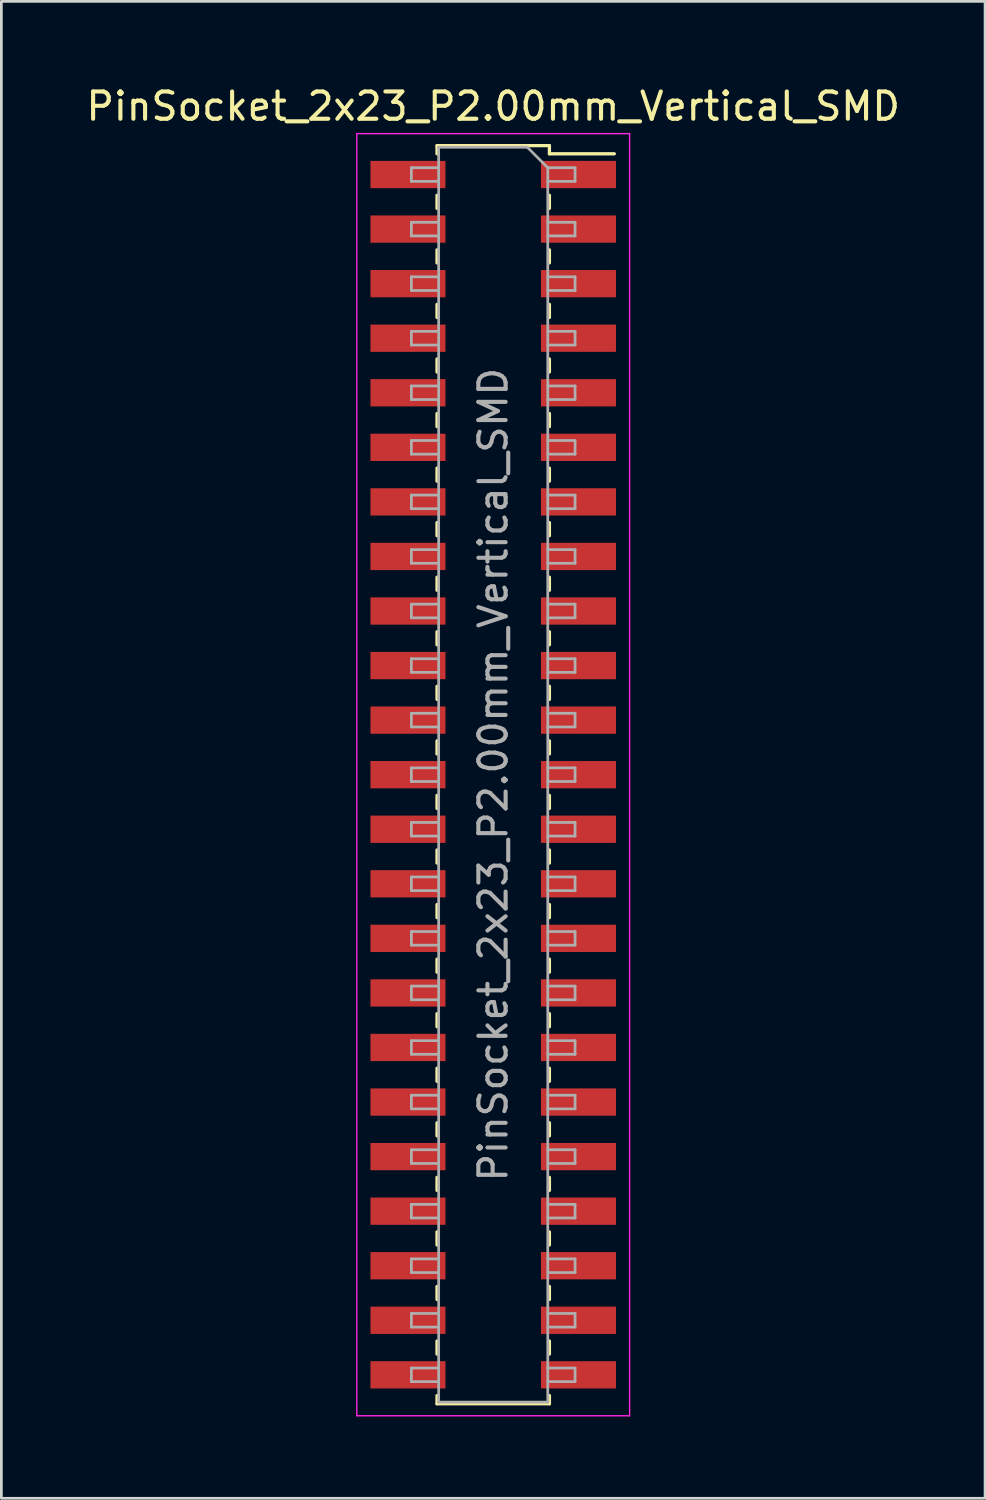
<source format=kicad_pcb>
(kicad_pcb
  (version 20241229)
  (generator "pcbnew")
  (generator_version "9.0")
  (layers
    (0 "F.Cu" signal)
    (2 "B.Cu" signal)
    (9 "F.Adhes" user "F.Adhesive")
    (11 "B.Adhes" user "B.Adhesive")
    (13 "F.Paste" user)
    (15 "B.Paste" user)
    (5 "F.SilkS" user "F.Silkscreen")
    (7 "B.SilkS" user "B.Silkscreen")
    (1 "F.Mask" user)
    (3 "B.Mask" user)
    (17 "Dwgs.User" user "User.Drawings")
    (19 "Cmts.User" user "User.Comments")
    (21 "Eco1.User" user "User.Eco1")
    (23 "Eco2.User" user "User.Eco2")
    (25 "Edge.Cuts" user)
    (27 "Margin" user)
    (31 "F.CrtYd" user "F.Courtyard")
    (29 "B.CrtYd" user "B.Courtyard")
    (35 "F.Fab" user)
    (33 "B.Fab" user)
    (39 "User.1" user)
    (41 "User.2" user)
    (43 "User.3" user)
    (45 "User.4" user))
  (footprint "PinSocket_2x23_P2.00mm_Vertical_SMD"
    (layer "F.Cu")
    (at 15.03 25.348)
    (property "Reference" "PinSocket_2x23_P2.00mm_Vertical_SMD" (at 0 -24.5 0) (layer "F.SilkS") (effects (font (size 1 1) (thickness 0.15))))
    (attr smd)
    (fp_line (start -2.06 -23.06) (end -2.06 -22.76) (stroke (width 0.12) (type solid)) (layer "F.SilkS"))
    (fp_line (start -2.06 -23.06) (end 2.06 -23.06) (stroke (width 0.12) (type solid)) (layer "F.SilkS"))
    (fp_line (start -2.06 -21.24) (end -2.06 -20.76) (stroke (width 0.12) (type solid)) (layer "F.SilkS"))
    (fp_line (start -2.06 -19.24) (end -2.06 -18.76) (stroke (width 0.12) (type solid)) (layer "F.SilkS"))
    (fp_line (start -2.06 -17.24) (end -2.06 -16.76) (stroke (width 0.12) (type solid)) (layer "F.SilkS"))
    (fp_line (start -2.06 -15.24) (end -2.06 -14.76) (stroke (width 0.12) (type solid)) (layer "F.SilkS"))
    (fp_line (start -2.06 -13.24) (end -2.06 -12.76) (stroke (width 0.12) (type solid)) (layer "F.SilkS"))
    (fp_line (start -2.06 -11.24) (end -2.06 -10.76) (stroke (width 0.12) (type solid)) (layer "F.SilkS"))
    (fp_line (start -2.06 -9.24) (end -2.06 -8.76) (stroke (width 0.12) (type solid)) (layer "F.SilkS"))
    (fp_line (start -2.06 -7.24) (end -2.06 -6.76) (stroke (width 0.12) (type solid)) (layer "F.SilkS"))
    (fp_line (start -2.06 -5.24) (end -2.06 -4.76) (stroke (width 0.12) (type solid)) (layer "F.SilkS"))
    (fp_line (start -2.06 -3.24) (end -2.06 -2.76) (stroke (width 0.12) (type solid)) (layer "F.SilkS"))
    (fp_line (start -2.06 -1.24) (end -2.06 -0.76) (stroke (width 0.12) (type solid)) (layer "F.SilkS"))
    (fp_line (start -2.06 0.76) (end -2.06 1.24) (stroke (width 0.12) (type solid)) (layer "F.SilkS"))
    (fp_line (start -2.06 2.76) (end -2.06 3.24) (stroke (width 0.12) (type solid)) (layer "F.SilkS"))
    (fp_line (start -2.06 4.76) (end -2.06 5.24) (stroke (width 0.12) (type solid)) (layer "F.SilkS"))
    (fp_line (start -2.06 6.76) (end -2.06 7.24) (stroke (width 0.12) (type solid)) (layer "F.SilkS"))
    (fp_line (start -2.06 8.76) (end -2.06 9.24) (stroke (width 0.12) (type solid)) (layer "F.SilkS"))
    (fp_line (start -2.06 10.76) (end -2.06 11.24) (stroke (width 0.12) (type solid)) (layer "F.SilkS"))
    (fp_line (start -2.06 12.76) (end -2.06 13.24) (stroke (width 0.12) (type solid)) (layer "F.SilkS"))
    (fp_line (start -2.06 14.76) (end -2.06 15.24) (stroke (width 0.12) (type solid)) (layer "F.SilkS"))
    (fp_line (start -2.06 16.76) (end -2.06 17.24) (stroke (width 0.12) (type solid)) (layer "F.SilkS"))
    (fp_line (start -2.06 18.76) (end -2.06 19.24) (stroke (width 0.12) (type solid)) (layer "F.SilkS"))
    (fp_line (start -2.06 20.76) (end -2.06 21.24) (stroke (width 0.12) (type solid)) (layer "F.SilkS"))
    (fp_line (start -2.06 22.76) (end -2.06 23.06) (stroke (width 0.12) (type solid)) (layer "F.SilkS"))
    (fp_line (start -2.06 23.06) (end 2.06 23.06) (stroke (width 0.12) (type solid)) (layer "F.SilkS"))
    (fp_line (start 2.06 -23.06) (end 2.06 -22.76) (stroke (width 0.12) (type solid)) (layer "F.SilkS"))
    (fp_line (start 2.06 -22.76) (end 4.44 -22.76) (stroke (width 0.12) (type solid)) (layer "F.SilkS"))
    (fp_line (start 2.06 -21.24) (end 2.06 -20.76) (stroke (width 0.12) (type solid)) (layer "F.SilkS"))
    (fp_line (start 2.06 -19.24) (end 2.06 -18.76) (stroke (width 0.12) (type solid)) (layer "F.SilkS"))
    (fp_line (start 2.06 -17.24) (end 2.06 -16.76) (stroke (width 0.12) (type solid)) (layer "F.SilkS"))
    (fp_line (start 2.06 -15.24) (end 2.06 -14.76) (stroke (width 0.12) (type solid)) (layer "F.SilkS"))
    (fp_line (start 2.06 -13.24) (end 2.06 -12.76) (stroke (width 0.12) (type solid)) (layer "F.SilkS"))
    (fp_line (start 2.06 -11.24) (end 2.06 -10.76) (stroke (width 0.12) (type solid)) (layer "F.SilkS"))
    (fp_line (start 2.06 -9.24) (end 2.06 -8.76) (stroke (width 0.12) (type solid)) (layer "F.SilkS"))
    (fp_line (start 2.06 -7.24) (end 2.06 -6.76) (stroke (width 0.12) (type solid)) (layer "F.SilkS"))
    (fp_line (start 2.06 -5.24) (end 2.06 -4.76) (stroke (width 0.12) (type solid)) (layer "F.SilkS"))
    (fp_line (start 2.06 -3.24) (end 2.06 -2.76) (stroke (width 0.12) (type solid)) (layer "F.SilkS"))
    (fp_line (start 2.06 -1.24) (end 2.06 -0.76) (stroke (width 0.12) (type solid)) (layer "F.SilkS"))
    (fp_line (start 2.06 0.76) (end 2.06 1.24) (stroke (width 0.12) (type solid)) (layer "F.SilkS"))
    (fp_line (start 2.06 2.76) (end 2.06 3.24) (stroke (width 0.12) (type solid)) (layer "F.SilkS"))
    (fp_line (start 2.06 4.76) (end 2.06 5.24) (stroke (width 0.12) (type solid)) (layer "F.SilkS"))
    (fp_line (start 2.06 6.76) (end 2.06 7.24) (stroke (width 0.12) (type solid)) (layer "F.SilkS"))
    (fp_line (start 2.06 8.76) (end 2.06 9.24) (stroke (width 0.12) (type solid)) (layer "F.SilkS"))
    (fp_line (start 2.06 10.76) (end 2.06 11.24) (stroke (width 0.12) (type solid)) (layer "F.SilkS"))
    (fp_line (start 2.06 12.76) (end 2.06 13.24) (stroke (width 0.12) (type solid)) (layer "F.SilkS"))
    (fp_line (start 2.06 14.76) (end 2.06 15.24) (stroke (width 0.12) (type solid)) (layer "F.SilkS"))
    (fp_line (start 2.06 16.76) (end 2.06 17.24) (stroke (width 0.12) (type solid)) (layer "F.SilkS"))
    (fp_line (start 2.06 18.76) (end 2.06 19.24) (stroke (width 0.12) (type solid)) (layer "F.SilkS"))
    (fp_line (start 2.06 20.76) (end 2.06 21.24) (stroke (width 0.12) (type solid)) (layer "F.SilkS"))
    (fp_line (start 2.06 22.76) (end 2.06 23.06) (stroke (width 0.12) (type solid)) (layer "F.SilkS"))
    (fp_line (start -5 -23.5) (end 5 -23.5) (stroke (width 0.05) (type solid)) (layer "F.CrtYd"))
    (fp_line (start -5 23.5) (end -5 -23.5) (stroke (width 0.05) (type solid)) (layer "F.CrtYd"))
    (fp_line (start 5 -23.5) (end 5 23.5) (stroke (width 0.05) (type solid)) (layer "F.CrtYd"))
    (fp_line (start 5 23.5) (end -5 23.5) (stroke (width 0.05) (type solid)) (layer "F.CrtYd"))
    (fp_line (start -3 -22.25) (end -2 -22.25) (stroke (width 0.1) (type solid)) (layer "F.Fab"))
    (fp_line (start -3 -21.75) (end -3 -22.25) (stroke (width 0.1) (type solid)) (layer "F.Fab"))
    (fp_line (start -3 -20.25) (end -2 -20.25) (stroke (width 0.1) (type solid)) (layer "F.Fab"))
    (fp_line (start -3 -19.75) (end -3 -20.25) (stroke (width 0.1) (type solid)) (layer "F.Fab"))
    (fp_line (start -3 -18.25) (end -2 -18.25) (stroke (width 0.1) (type solid)) (layer "F.Fab"))
    (fp_line (start -3 -17.75) (end -3 -18.25) (stroke (width 0.1) (type solid)) (layer "F.Fab"))
    (fp_line (start -3 -16.25) (end -2 -16.25) (stroke (width 0.1) (type solid)) (layer "F.Fab"))
    (fp_line (start -3 -15.75) (end -3 -16.25) (stroke (width 0.1) (type solid)) (layer "F.Fab"))
    (fp_line (start -3 -14.25) (end -2 -14.25) (stroke (width 0.1) (type solid)) (layer "F.Fab"))
    (fp_line (start -3 -13.75) (end -3 -14.25) (stroke (width 0.1) (type solid)) (layer "F.Fab"))
    (fp_line (start -3 -12.25) (end -2 -12.25) (stroke (width 0.1) (type solid)) (layer "F.Fab"))
    (fp_line (start -3 -11.75) (end -3 -12.25) (stroke (width 0.1) (type solid)) (layer "F.Fab"))
    (fp_line (start -3 -10.25) (end -2 -10.25) (stroke (width 0.1) (type solid)) (layer "F.Fab"))
    (fp_line (start -3 -9.75) (end -3 -10.25) (stroke (width 0.1) (type solid)) (layer "F.Fab"))
    (fp_line (start -3 -8.25) (end -2 -8.25) (stroke (width 0.1) (type solid)) (layer "F.Fab"))
    (fp_line (start -3 -7.75) (end -3 -8.25) (stroke (width 0.1) (type solid)) (layer "F.Fab"))
    (fp_line (start -3 -6.25) (end -2 -6.25) (stroke (width 0.1) (type solid)) (layer "F.Fab"))
    (fp_line (start -3 -5.75) (end -3 -6.25) (stroke (width 0.1) (type solid)) (layer "F.Fab"))
    (fp_line (start -3 -4.25) (end -2 -4.25) (stroke (width 0.1) (type solid)) (layer "F.Fab"))
    (fp_line (start -3 -3.75) (end -3 -4.25) (stroke (width 0.1) (type solid)) (layer "F.Fab"))
    (fp_line (start -3 -2.25) (end -2 -2.25) (stroke (width 0.1) (type solid)) (layer "F.Fab"))
    (fp_line (start -3 -1.75) (end -3 -2.25) (stroke (width 0.1) (type solid)) (layer "F.Fab"))
    (fp_line (start -3 -0.25) (end -2 -0.25) (stroke (width 0.1) (type solid)) (layer "F.Fab"))
    (fp_line (start -3 0.25) (end -3 -0.25) (stroke (width 0.1) (type solid)) (layer "F.Fab"))
    (fp_line (start -3 1.75) (end -2 1.75) (stroke (width 0.1) (type solid)) (layer "F.Fab"))
    (fp_line (start -3 2.25) (end -3 1.75) (stroke (width 0.1) (type solid)) (layer "F.Fab"))
    (fp_line (start -3 3.75) (end -2 3.75) (stroke (width 0.1) (type solid)) (layer "F.Fab"))
    (fp_line (start -3 4.25) (end -3 3.75) (stroke (width 0.1) (type solid)) (layer "F.Fab"))
    (fp_line (start -3 5.75) (end -2 5.75) (stroke (width 0.1) (type solid)) (layer "F.Fab"))
    (fp_line (start -3 6.25) (end -3 5.75) (stroke (width 0.1) (type solid)) (layer "F.Fab"))
    (fp_line (start -3 7.75) (end -2 7.75) (stroke (width 0.1) (type solid)) (layer "F.Fab"))
    (fp_line (start -3 8.25) (end -3 7.75) (stroke (width 0.1) (type solid)) (layer "F.Fab"))
    (fp_line (start -3 9.75) (end -2 9.75) (stroke (width 0.1) (type solid)) (layer "F.Fab"))
    (fp_line (start -3 10.25) (end -3 9.75) (stroke (width 0.1) (type solid)) (layer "F.Fab"))
    (fp_line (start -3 11.75) (end -2 11.75) (stroke (width 0.1) (type solid)) (layer "F.Fab"))
    (fp_line (start -3 12.25) (end -3 11.75) (stroke (width 0.1) (type solid)) (layer "F.Fab"))
    (fp_line (start -3 13.75) (end -2 13.75) (stroke (width 0.1) (type solid)) (layer "F.Fab"))
    (fp_line (start -3 14.25) (end -3 13.75) (stroke (width 0.1) (type solid)) (layer "F.Fab"))
    (fp_line (start -3 15.75) (end -2 15.75) (stroke (width 0.1) (type solid)) (layer "F.Fab"))
    (fp_line (start -3 16.25) (end -3 15.75) (stroke (width 0.1) (type solid)) (layer "F.Fab"))
    (fp_line (start -3 17.75) (end -2 17.75) (stroke (width 0.1) (type solid)) (layer "F.Fab"))
    (fp_line (start -3 18.25) (end -3 17.75) (stroke (width 0.1) (type solid)) (layer "F.Fab"))
    (fp_line (start -3 19.75) (end -2 19.75) (stroke (width 0.1) (type solid)) (layer "F.Fab"))
    (fp_line (start -3 20.25) (end -3 19.75) (stroke (width 0.1) (type solid)) (layer "F.Fab"))
    (fp_line (start -3 21.75) (end -2 21.75) (stroke (width 0.1) (type solid)) (layer "F.Fab"))
    (fp_line (start -3 22.25) (end -3 21.75) (stroke (width 0.1) (type solid)) (layer "F.Fab"))
    (fp_line (start -2 -23) (end 1.25 -23) (stroke (width 0.1) (type solid)) (layer "F.Fab"))
    (fp_line (start -2 -21.75) (end -3 -21.75) (stroke (width 0.1) (type solid)) (layer "F.Fab"))
    (fp_line (start -2 -19.75) (end -3 -19.75) (stroke (width 0.1) (type solid)) (layer "F.Fab"))
    (fp_line (start -2 -17.75) (end -3 -17.75) (stroke (width 0.1) (type solid)) (layer "F.Fab"))
    (fp_line (start -2 -15.75) (end -3 -15.75) (stroke (width 0.1) (type solid)) (layer "F.Fab"))
    (fp_line (start -2 -13.75) (end -3 -13.75) (stroke (width 0.1) (type solid)) (layer "F.Fab"))
    (fp_line (start -2 -11.75) (end -3 -11.75) (stroke (width 0.1) (type solid)) (layer "F.Fab"))
    (fp_line (start -2 -9.75) (end -3 -9.75) (stroke (width 0.1) (type solid)) (layer "F.Fab"))
    (fp_line (start -2 -7.75) (end -3 -7.75) (stroke (width 0.1) (type solid)) (layer "F.Fab"))
    (fp_line (start -2 -5.75) (end -3 -5.75) (stroke (width 0.1) (type solid)) (layer "F.Fab"))
    (fp_line (start -2 -3.75) (end -3 -3.75) (stroke (width 0.1) (type solid)) (layer "F.Fab"))
    (fp_line (start -2 -1.75) (end -3 -1.75) (stroke (width 0.1) (type solid)) (layer "F.Fab"))
    (fp_line (start -2 0.25) (end -3 0.25) (stroke (width 0.1) (type solid)) (layer "F.Fab"))
    (fp_line (start -2 2.25) (end -3 2.25) (stroke (width 0.1) (type solid)) (layer "F.Fab"))
    (fp_line (start -2 4.25) (end -3 4.25) (stroke (width 0.1) (type solid)) (layer "F.Fab"))
    (fp_line (start -2 6.25) (end -3 6.25) (stroke (width 0.1) (type solid)) (layer "F.Fab"))
    (fp_line (start -2 8.25) (end -3 8.25) (stroke (width 0.1) (type solid)) (layer "F.Fab"))
    (fp_line (start -2 10.25) (end -3 10.25) (stroke (width 0.1) (type solid)) (layer "F.Fab"))
    (fp_line (start -2 12.25) (end -3 12.25) (stroke (width 0.1) (type solid)) (layer "F.Fab"))
    (fp_line (start -2 14.25) (end -3 14.25) (stroke (width 0.1) (type solid)) (layer "F.Fab"))
    (fp_line (start -2 16.25) (end -3 16.25) (stroke (width 0.1) (type solid)) (layer "F.Fab"))
    (fp_line (start -2 18.25) (end -3 18.25) (stroke (width 0.1) (type solid)) (layer "F.Fab"))
    (fp_line (start -2 20.25) (end -3 20.25) (stroke (width 0.1) (type solid)) (layer "F.Fab"))
    (fp_line (start -2 22.25) (end -3 22.25) (stroke (width 0.1) (type solid)) (layer "F.Fab"))
    (fp_line (start -2 23) (end -2 -23) (stroke (width 0.1) (type solid)) (layer "F.Fab"))
    (fp_line (start 1.25 -23) (end 2 -22.25) (stroke (width 0.1) (type solid)) (layer "F.Fab"))
    (fp_line (start 2 -22.25) (end 2 23) (stroke (width 0.1) (type solid)) (layer "F.Fab"))
    (fp_line (start 2 -22.25) (end 3 -22.25) (stroke (width 0.1) (type solid)) (layer "F.Fab"))
    (fp_line (start 2 -20.25) (end 3 -20.25) (stroke (width 0.1) (type solid)) (layer "F.Fab"))
    (fp_line (start 2 -18.25) (end 3 -18.25) (stroke (width 0.1) (type solid)) (layer "F.Fab"))
    (fp_line (start 2 -16.25) (end 3 -16.25) (stroke (width 0.1) (type solid)) (layer "F.Fab"))
    (fp_line (start 2 -14.25) (end 3 -14.25) (stroke (width 0.1) (type solid)) (layer "F.Fab"))
    (fp_line (start 2 -12.25) (end 3 -12.25) (stroke (width 0.1) (type solid)) (layer "F.Fab"))
    (fp_line (start 2 -10.25) (end 3 -10.25) (stroke (width 0.1) (type solid)) (layer "F.Fab"))
    (fp_line (start 2 -8.25) (end 3 -8.25) (stroke (width 0.1) (type solid)) (layer "F.Fab"))
    (fp_line (start 2 -6.25) (end 3 -6.25) (stroke (width 0.1) (type solid)) (layer "F.Fab"))
    (fp_line (start 2 -4.25) (end 3 -4.25) (stroke (width 0.1) (type solid)) (layer "F.Fab"))
    (fp_line (start 2 -2.25) (end 3 -2.25) (stroke (width 0.1) (type solid)) (layer "F.Fab"))
    (fp_line (start 2 -0.25) (end 3 -0.25) (stroke (width 0.1) (type solid)) (layer "F.Fab"))
    (fp_line (start 2 1.75) (end 3 1.75) (stroke (width 0.1) (type solid)) (layer "F.Fab"))
    (fp_line (start 2 3.75) (end 3 3.75) (stroke (width 0.1) (type solid)) (layer "F.Fab"))
    (fp_line (start 2 5.75) (end 3 5.75) (stroke (width 0.1) (type solid)) (layer "F.Fab"))
    (fp_line (start 2 7.75) (end 3 7.75) (stroke (width 0.1) (type solid)) (layer "F.Fab"))
    (fp_line (start 2 9.75) (end 3 9.75) (stroke (width 0.1) (type solid)) (layer "F.Fab"))
    (fp_line (start 2 11.75) (end 3 11.75) (stroke (width 0.1) (type solid)) (layer "F.Fab"))
    (fp_line (start 2 13.75) (end 3 13.75) (stroke (width 0.1) (type solid)) (layer "F.Fab"))
    (fp_line (start 2 15.75) (end 3 15.75) (stroke (width 0.1) (type solid)) (layer "F.Fab"))
    (fp_line (start 2 17.75) (end 3 17.75) (stroke (width 0.1) (type solid)) (layer "F.Fab"))
    (fp_line (start 2 19.75) (end 3 19.75) (stroke (width 0.1) (type solid)) (layer "F.Fab"))
    (fp_line (start 2 21.75) (end 3 21.75) (stroke (width 0.1) (type solid)) (layer "F.Fab"))
    (fp_line (start 2 23) (end -2 23) (stroke (width 0.1) (type solid)) (layer "F.Fab"))
    (fp_line (start 3 -22.25) (end 3 -21.75) (stroke (width 0.1) (type solid)) (layer "F.Fab"))
    (fp_line (start 3 -21.75) (end 2 -21.75) (stroke (width 0.1) (type solid)) (layer "F.Fab"))
    (fp_line (start 3 -20.25) (end 3 -19.75) (stroke (width 0.1) (type solid)) (layer "F.Fab"))
    (fp_line (start 3 -19.75) (end 2 -19.75) (stroke (width 0.1) (type solid)) (layer "F.Fab"))
    (fp_line (start 3 -18.25) (end 3 -17.75) (stroke (width 0.1) (type solid)) (layer "F.Fab"))
    (fp_line (start 3 -17.75) (end 2 -17.75) (stroke (width 0.1) (type solid)) (layer "F.Fab"))
    (fp_line (start 3 -16.25) (end 3 -15.75) (stroke (width 0.1) (type solid)) (layer "F.Fab"))
    (fp_line (start 3 -15.75) (end 2 -15.75) (stroke (width 0.1) (type solid)) (layer "F.Fab"))
    (fp_line (start 3 -14.25) (end 3 -13.75) (stroke (width 0.1) (type solid)) (layer "F.Fab"))
    (fp_line (start 3 -13.75) (end 2 -13.75) (stroke (width 0.1) (type solid)) (layer "F.Fab"))
    (fp_line (start 3 -12.25) (end 3 -11.75) (stroke (width 0.1) (type solid)) (layer "F.Fab"))
    (fp_line (start 3 -11.75) (end 2 -11.75) (stroke (width 0.1) (type solid)) (layer "F.Fab"))
    (fp_line (start 3 -10.25) (end 3 -9.75) (stroke (width 0.1) (type solid)) (layer "F.Fab"))
    (fp_line (start 3 -9.75) (end 2 -9.75) (stroke (width 0.1) (type solid)) (layer "F.Fab"))
    (fp_line (start 3 -8.25) (end 3 -7.75) (stroke (width 0.1) (type solid)) (layer "F.Fab"))
    (fp_line (start 3 -7.75) (end 2 -7.75) (stroke (width 0.1) (type solid)) (layer "F.Fab"))
    (fp_line (start 3 -6.25) (end 3 -5.75) (stroke (width 0.1) (type solid)) (layer "F.Fab"))
    (fp_line (start 3 -5.75) (end 2 -5.75) (stroke (width 0.1) (type solid)) (layer "F.Fab"))
    (fp_line (start 3 -4.25) (end 3 -3.75) (stroke (width 0.1) (type solid)) (layer "F.Fab"))
    (fp_line (start 3 -3.75) (end 2 -3.75) (stroke (width 0.1) (type solid)) (layer "F.Fab"))
    (fp_line (start 3 -2.25) (end 3 -1.75) (stroke (width 0.1) (type solid)) (layer "F.Fab"))
    (fp_line (start 3 -1.75) (end 2 -1.75) (stroke (width 0.1) (type solid)) (layer "F.Fab"))
    (fp_line (start 3 -0.25) (end 3 0.25) (stroke (width 0.1) (type solid)) (layer "F.Fab"))
    (fp_line (start 3 0.25) (end 2 0.25) (stroke (width 0.1) (type solid)) (layer "F.Fab"))
    (fp_line (start 3 1.75) (end 3 2.25) (stroke (width 0.1) (type solid)) (layer "F.Fab"))
    (fp_line (start 3 2.25) (end 2 2.25) (stroke (width 0.1) (type solid)) (layer "F.Fab"))
    (fp_line (start 3 3.75) (end 3 4.25) (stroke (width 0.1) (type solid)) (layer "F.Fab"))
    (fp_line (start 3 4.25) (end 2 4.25) (stroke (width 0.1) (type solid)) (layer "F.Fab"))
    (fp_line (start 3 5.75) (end 3 6.25) (stroke (width 0.1) (type solid)) (layer "F.Fab"))
    (fp_line (start 3 6.25) (end 2 6.25) (stroke (width 0.1) (type solid)) (layer "F.Fab"))
    (fp_line (start 3 7.75) (end 3 8.25) (stroke (width 0.1) (type solid)) (layer "F.Fab"))
    (fp_line (start 3 8.25) (end 2 8.25) (stroke (width 0.1) (type solid)) (layer "F.Fab"))
    (fp_line (start 3 9.75) (end 3 10.25) (stroke (width 0.1) (type solid)) (layer "F.Fab"))
    (fp_line (start 3 10.25) (end 2 10.25) (stroke (width 0.1) (type solid)) (layer "F.Fab"))
    (fp_line (start 3 11.75) (end 3 12.25) (stroke (width 0.1) (type solid)) (layer "F.Fab"))
    (fp_line (start 3 12.25) (end 2 12.25) (stroke (width 0.1) (type solid)) (layer "F.Fab"))
    (fp_line (start 3 13.75) (end 3 14.25) (stroke (width 0.1) (type solid)) (layer "F.Fab"))
    (fp_line (start 3 14.25) (end 2 14.25) (stroke (width 0.1) (type solid)) (layer "F.Fab"))
    (fp_line (start 3 15.75) (end 3 16.25) (stroke (width 0.1) (type solid)) (layer "F.Fab"))
    (fp_line (start 3 16.25) (end 2 16.25) (stroke (width 0.1) (type solid)) (layer "F.Fab"))
    (fp_line (start 3 17.75) (end 3 18.25) (stroke (width 0.1) (type solid)) (layer "F.Fab"))
    (fp_line (start 3 18.25) (end 2 18.25) (stroke (width 0.1) (type solid)) (layer "F.Fab"))
    (fp_line (start 3 19.75) (end 3 20.25) (stroke (width 0.1) (type solid)) (layer "F.Fab"))
    (fp_line (start 3 20.25) (end 2 20.25) (stroke (width 0.1) (type solid)) (layer "F.Fab"))
    (fp_line (start 3 21.75) (end 3 22.25) (stroke (width 0.1) (type solid)) (layer "F.Fab"))
    (fp_line (start 3 22.25) (end 2 22.25) (stroke (width 0.1) (type solid)) (layer "F.Fab"))
    (fp_text user "${REFERENCE}" (at 0 0 90) (layer "F.Fab") (effects (font (size 1 1) (thickness 0.15))))
    (pad "1" smd rect (at 3.125 -22) (size 2.75 1) (layers "F.Cu" "F.Mask" "F.Paste"))
    (pad "2" smd rect (at -3.125 -22) (size 2.75 1) (layers "F.Cu" "F.Mask" "F.Paste"))
    (pad "3" smd rect (at 3.125 -20) (size 2.75 1) (layers "F.Cu" "F.Mask" "F.Paste"))
    (pad "4" smd rect (at -3.125 -20) (size 2.75 1) (layers "F.Cu" "F.Mask" "F.Paste"))
    (pad "5" smd rect (at 3.125 -18) (size 2.75 1) (layers "F.Cu" "F.Mask" "F.Paste"))
    (pad "6" smd rect (at -3.125 -18) (size 2.75 1) (layers "F.Cu" "F.Mask" "F.Paste"))
    (pad "7" smd rect (at 3.125 -16) (size 2.75 1) (layers "F.Cu" "F.Mask" "F.Paste"))
    (pad "8" smd rect (at -3.125 -16) (size 2.75 1) (layers "F.Cu" "F.Mask" "F.Paste"))
    (pad "9" smd rect (at 3.125 -14) (size 2.75 1) (layers "F.Cu" "F.Mask" "F.Paste"))
    (pad "10" smd rect (at -3.125 -14) (size 2.75 1) (layers "F.Cu" "F.Mask" "F.Paste"))
    (pad "11" smd rect (at 3.125 -12) (size 2.75 1) (layers "F.Cu" "F.Mask" "F.Paste"))
    (pad "12" smd rect (at -3.125 -12) (size 2.75 1) (layers "F.Cu" "F.Mask" "F.Paste"))
    (pad "13" smd rect (at 3.125 -10) (size 2.75 1) (layers "F.Cu" "F.Mask" "F.Paste"))
    (pad "14" smd rect (at -3.125 -10) (size 2.75 1) (layers "F.Cu" "F.Mask" "F.Paste"))
    (pad "15" smd rect (at 3.125 -8) (size 2.75 1) (layers "F.Cu" "F.Mask" "F.Paste"))
    (pad "16" smd rect (at -3.125 -8) (size 2.75 1) (layers "F.Cu" "F.Mask" "F.Paste"))
    (pad "17" smd rect (at 3.125 -6) (size 2.75 1) (layers "F.Cu" "F.Mask" "F.Paste"))
    (pad "18" smd rect (at -3.125 -6) (size 2.75 1) (layers "F.Cu" "F.Mask" "F.Paste"))
    (pad "19" smd rect (at 3.125 -4) (size 2.75 1) (layers "F.Cu" "F.Mask" "F.Paste"))
    (pad "20" smd rect (at -3.125 -4) (size 2.75 1) (layers "F.Cu" "F.Mask" "F.Paste"))
    (pad "21" smd rect (at 3.125 -2) (size 2.75 1) (layers "F.Cu" "F.Mask" "F.Paste"))
    (pad "22" smd rect (at -3.125 -2) (size 2.75 1) (layers "F.Cu" "F.Mask" "F.Paste"))
    (pad "23" smd rect (at 3.125 0) (size 2.75 1) (layers "F.Cu" "F.Mask" "F.Paste"))
    (pad "24" smd rect (at -3.125 0) (size 2.75 1) (layers "F.Cu" "F.Mask" "F.Paste"))
    (pad "25" smd rect (at 3.125 2) (size 2.75 1) (layers "F.Cu" "F.Mask" "F.Paste"))
    (pad "26" smd rect (at -3.125 2) (size 2.75 1) (layers "F.Cu" "F.Mask" "F.Paste"))
    (pad "27" smd rect (at 3.125 4) (size 2.75 1) (layers "F.Cu" "F.Mask" "F.Paste"))
    (pad "28" smd rect (at -3.125 4) (size 2.75 1) (layers "F.Cu" "F.Mask" "F.Paste"))
    (pad "29" smd rect (at 3.125 6) (size 2.75 1) (layers "F.Cu" "F.Mask" "F.Paste"))
    (pad "30" smd rect (at -3.125 6) (size 2.75 1) (layers "F.Cu" "F.Mask" "F.Paste"))
    (pad "31" smd rect (at 3.125 8) (size 2.75 1) (layers "F.Cu" "F.Mask" "F.Paste"))
    (pad "32" smd rect (at -3.125 8) (size 2.75 1) (layers "F.Cu" "F.Mask" "F.Paste"))
    (pad "33" smd rect (at 3.125 10) (size 2.75 1) (layers "F.Cu" "F.Mask" "F.Paste"))
    (pad "34" smd rect (at -3.125 10) (size 2.75 1) (layers "F.Cu" "F.Mask" "F.Paste"))
    (pad "35" smd rect (at 3.125 12) (size 2.75 1) (layers "F.Cu" "F.Mask" "F.Paste"))
    (pad "36" smd rect (at -3.125 12) (size 2.75 1) (layers "F.Cu" "F.Mask" "F.Paste"))
    (pad "37" smd rect (at 3.125 14) (size 2.75 1) (layers "F.Cu" "F.Mask" "F.Paste"))
    (pad "38" smd rect (at -3.125 14) (size 2.75 1) (layers "F.Cu" "F.Mask" "F.Paste"))
    (pad "39" smd rect (at 3.125 16) (size 2.75 1) (layers "F.Cu" "F.Mask" "F.Paste"))
    (pad "40" smd rect (at -3.125 16) (size 2.75 1) (layers "F.Cu" "F.Mask" "F.Paste"))
    (pad "41" smd rect (at 3.125 18) (size 2.75 1) (layers "F.Cu" "F.Mask" "F.Paste"))
    (pad "42" smd rect (at -3.125 18) (size 2.75 1) (layers "F.Cu" "F.Mask" "F.Paste"))
    (pad "43" smd rect (at 3.125 20) (size 2.75 1) (layers "F.Cu" "F.Mask" "F.Paste"))
    (pad "44" smd rect (at -3.125 20) (size 2.75 1) (layers "F.Cu" "F.Mask" "F.Paste"))
    (pad "45" smd rect (at 3.125 22) (size 2.75 1) (layers "F.Cu" "F.Mask" "F.Paste"))
    (pad "46" smd rect (at -3.125 22) (size 2.75 1) (layers "F.Cu" "F.Mask" "F.Paste")))
  (gr_rect
    (start -3 -3)
    (end 33.06 51.873)
    (stroke (width 0.1) (type default))
    (fill no)
    (layer "Edge.Cuts")))
</source>
